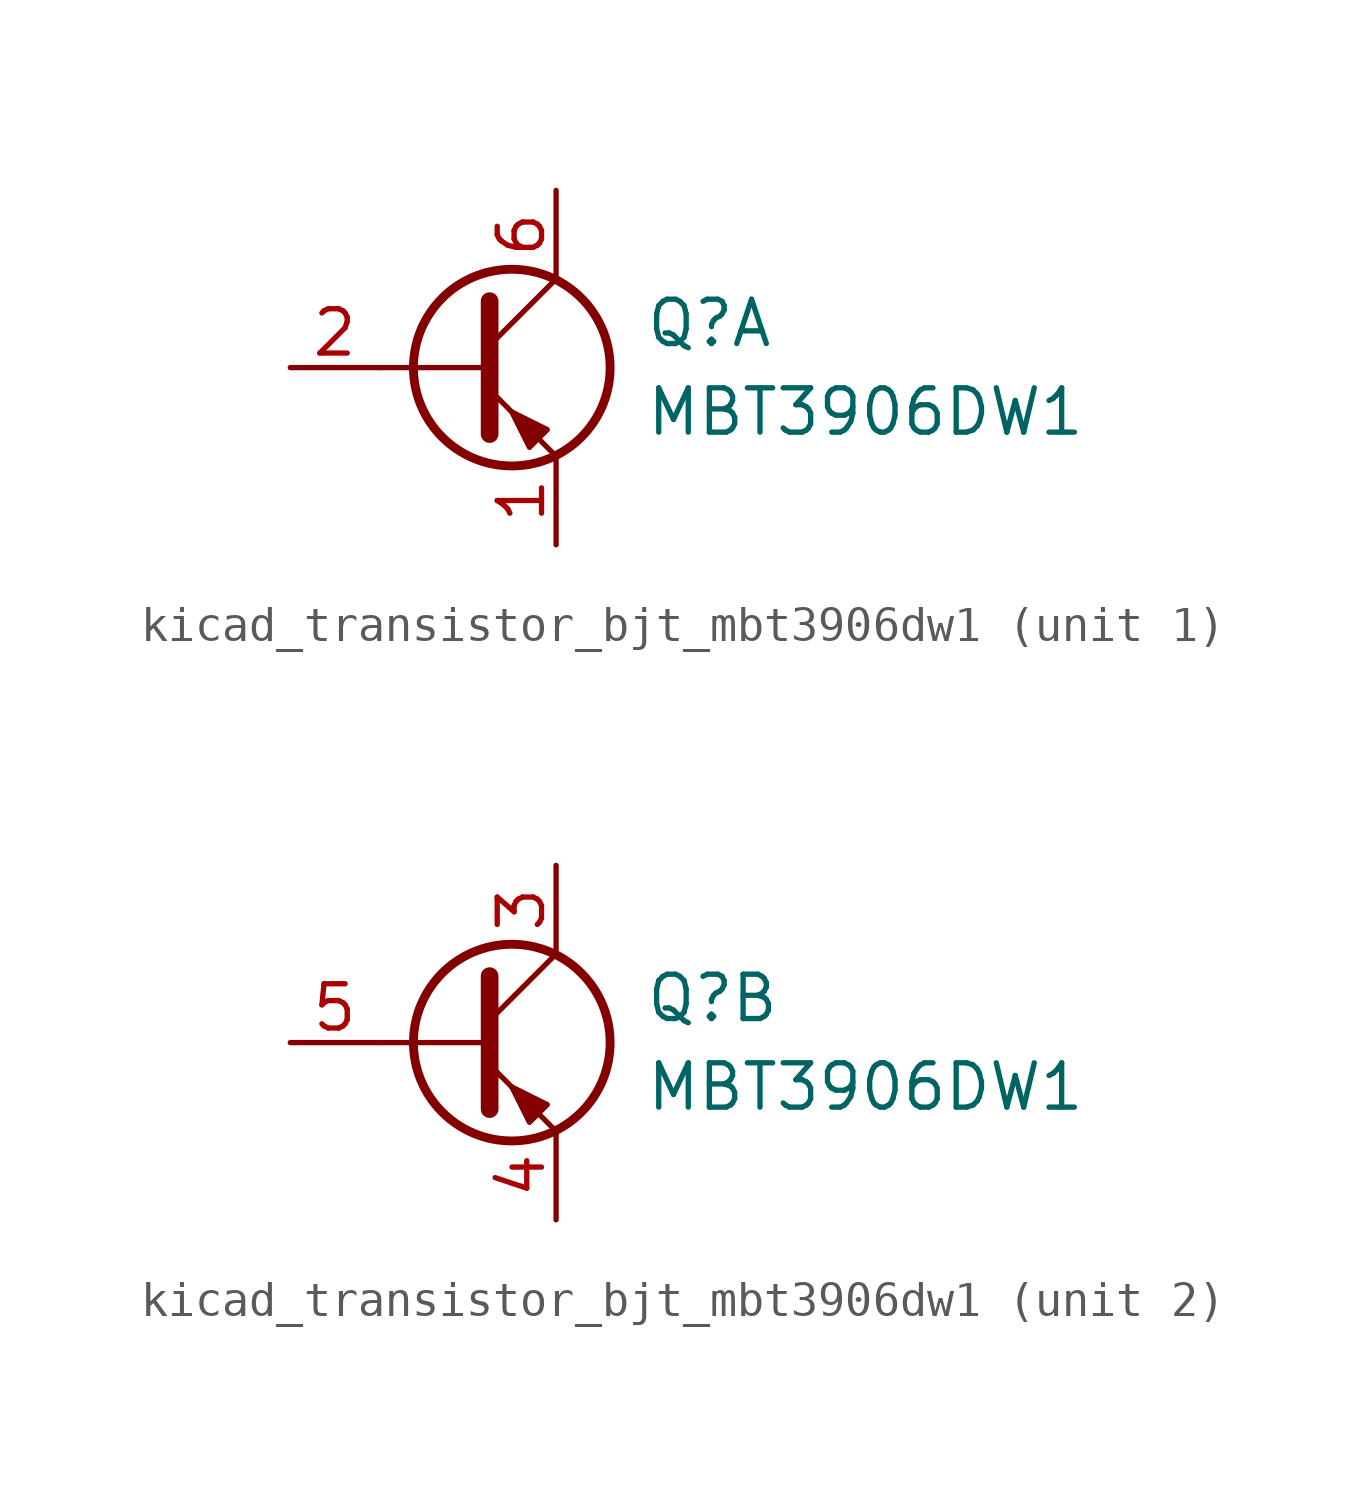
<source format=kicad_sym>
(kicad_symbol_lib
  (version 20220914)
  (generator kicad_symbol_editor)
  (symbol "kicad_transistor_bjt_mbt3906dw1"
    (pin_names
      (offset 0) hide)
    (property "Reference" "Q"
      (at 5.08 1.27 0)
      (effects (font (size 1.27 1.27)) (justify left)))
    (property "Value" "MBT3906DW1"
      (at 5.08 -1.27 0)
      (effects (font (size 1.27 1.27)) (justify left)))
    (property "ki_locked" ""
      (at 0 0 0)
      (effects (font (size 1.27 1.27))))
    (symbol "kicad_transistor_bjt_mbt3906dw1_0_1"
      (polyline (pts (xy 0.635 0) (xy -2.54 0)) (stroke (width 0) (type default)) (fill (type none)))
      (polyline (pts (xy 0.635 0.635) (xy 2.54 2.54)) (stroke (width 0) (type default)) (fill (type none)))
      (polyline (pts (xy 0.635 -0.635) (xy 2.54 -2.54) (xy 2.54 -2.54)) (stroke (width 0) (type default)) (fill (type none)))
      (polyline (pts (xy 0.635 1.905) (xy 0.635 -1.905) (xy 0.635 -1.905)) (stroke (width 0.508) (type default)) (fill (type none)))
      (polyline (pts (xy 2.286 -1.778) (xy 1.778 -2.286) (xy 1.27 -1.27) (xy 2.286 -1.778) (xy 2.286 -1.778)) (stroke (width 0) (type default)) (fill (type outline)))
      (circle (center 1.27 0) (radius 2.819) (stroke (width 0.254) (type default)) (fill (type none))))
    (symbol "kicad_transistor_bjt_mbt3906dw1_1_1"
      (pin passive line (at 2.54 -5.08 90) (length 2.54) (name "E1" (effects (font (size 1.27 1.27)))) (number "1" (effects (font (size 1.27 1.27)))))
      (pin input line (at -5.08 0 0) (length 2.54) (name "B1" (effects (font (size 1.27 1.27)))) (number "2" (effects (font (size 1.27 1.27)))))
      (pin passive line (at 2.54 5.08 270) (length 2.54) (name "C1" (effects (font (size 1.27 1.27)))) (number "6" (effects (font (size 1.27 1.27))))))
    (symbol "kicad_transistor_bjt_mbt3906dw1_2_1"
      (pin passive line (at 2.54 5.08 270) (length 2.54) (name "C2" (effects (font (size 1.27 1.27)))) (number "3" (effects (font (size 1.27 1.27)))))
      (pin passive line (at 2.54 -5.08 90) (length 2.54) (name "E2" (effects (font (size 1.27 1.27)))) (number "4" (effects (font (size 1.27 1.27)))))
      (pin input line (at -5.08 0 0) (length 2.54) (name "B2" (effects (font (size 1.27 1.27)))) (number "5" (effects (font (size 1.27 1.27))))))))
</source>
